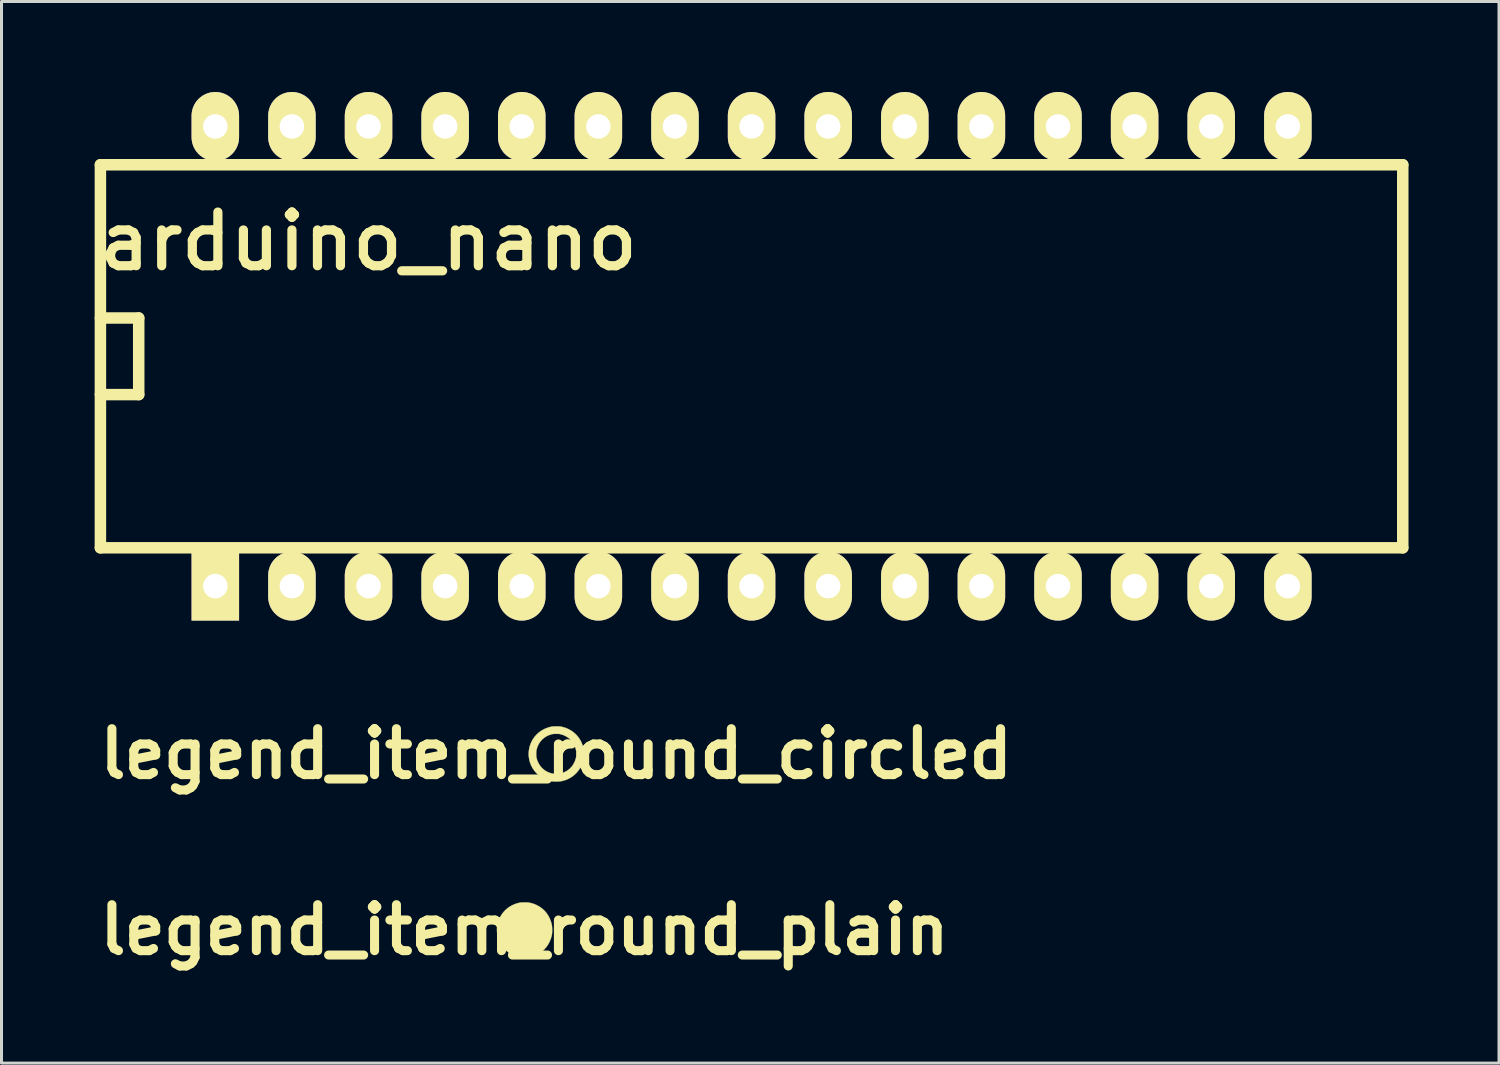
<source format=kicad_pcb>
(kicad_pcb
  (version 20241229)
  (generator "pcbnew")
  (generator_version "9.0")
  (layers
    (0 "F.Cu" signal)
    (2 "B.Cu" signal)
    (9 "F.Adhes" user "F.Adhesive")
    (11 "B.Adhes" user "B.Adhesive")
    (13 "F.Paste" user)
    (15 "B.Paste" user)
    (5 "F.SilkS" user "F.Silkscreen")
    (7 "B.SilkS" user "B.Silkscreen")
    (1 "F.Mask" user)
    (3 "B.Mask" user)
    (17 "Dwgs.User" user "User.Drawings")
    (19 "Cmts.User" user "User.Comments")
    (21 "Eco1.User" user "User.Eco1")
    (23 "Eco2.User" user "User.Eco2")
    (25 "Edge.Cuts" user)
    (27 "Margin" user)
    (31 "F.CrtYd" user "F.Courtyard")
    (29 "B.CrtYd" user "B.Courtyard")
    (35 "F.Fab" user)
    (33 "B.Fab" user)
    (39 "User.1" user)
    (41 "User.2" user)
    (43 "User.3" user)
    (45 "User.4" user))
  (footprint "legend_item_round_circled"
    (layer "F.Cu")
    (at 15.392 21.944)
    (property "Reference" "legend_item_round_circled" (at 0 0 0) (layer "F.SilkS") (effects (font (size 1.524 1.524) (thickness 0.3))))
    (attr through_hole)
    (fp_poly (pts (xy 0.037 -0.911) (xy 0.095 -0.909) (xy 0.148 -0.903) (xy 0.185 -0.897) (xy 0.293 -0.867) (xy 0.394 -0.826) (xy 0.488 -0.775) (xy 0.574 -0.715) (xy 0.652 -0.646) (xy 0.722 -0.568) (xy 0.782 -0.481) (xy 0.833 -0.387) (xy 0.873 -0.286) (xy 0.903 -0.179) (xy 0.911 -0.135) (xy 0.915 -0.081) (xy 0.918 -0.023) (xy 0.918 0.037) (xy 0.915 0.095) (xy 0.91 0.148) (xy 0.903 0.185) (xy 0.873 0.292) (xy 0.833 0.393) (xy 0.782 0.487) (xy 0.722 0.573) (xy 0.653 0.651) (xy 0.576 0.72) (xy 0.49 0.781) (xy 0.398 0.831) (xy 0.298 0.872) (xy 0.192 0.901) (xy 0.189 0.902) (xy 0.153 0.908) (xy 0.109 0.913) (xy 0.059 0.916) (xy 0.007 0.918) (xy -0.042 0.918) (xy -0.086 0.917) (xy -0.117 0.914) (xy -0.222 0.893) (xy -0.323 0.861) (xy -0.42 0.817) (xy -0.511 0.762) (xy -0.595 0.698) (xy -0.671 0.624) (xy -0.733 0.55) (xy -0.792 0.461) (xy -0.839 0.367) (xy -0.875 0.268) (xy -0.899 0.167) (xy -0.912 0.065) (xy -0.913 0.008) (xy -0.664 0.008) (xy -0.662 0.067) (xy -0.656 0.121) (xy -0.649 0.154) (xy -0.619 0.244) (xy -0.579 0.326) (xy -0.53 0.402) (xy -0.472 0.469) (xy -0.406 0.528) (xy -0.332 0.578) (xy -0.252 0.617) (xy -0.166 0.646) (xy -0.098 0.66) (xy -0.063 0.664) (xy -0.019 0.665) (xy 0.029 0.663) (xy 0.077 0.66) (xy 0.12 0.655) (xy 0.155 0.648) (xy 0.156 0.648) (xy 0.246 0.618) (xy 0.329 0.579) (xy 0.405 0.529) (xy 0.472 0.47) (xy 0.531 0.402) (xy 0.58 0.326) (xy 0.62 0.242) (xy 0.649 0.154) (xy 0.655 0.129) (xy 0.659 0.105) (xy 0.661 0.079) (xy 0.663 0.048) (xy 0.663 0.008) (xy 0.663 0) (xy 0.663 -0.042) (xy 0.662 -0.074) (xy 0.659 -0.101) (xy 0.655 -0.125) (xy 0.65 -0.15) (xy 0.649 -0.154) (xy 0.619 -0.245) (xy 0.579 -0.329) (xy 0.529 -0.405) (xy 0.47 -0.472) (xy 0.403 -0.531) (xy 0.327 -0.58) (xy 0.243 -0.62) (xy 0.156 -0.648) (xy 0.13 -0.654) (xy 0.106 -0.659) (xy 0.08 -0.661) (xy 0.05 -0.663) (xy 0.01 -0.663) (xy 0 -0.663) (xy -0.042 -0.663) (xy -0.074 -0.662) (xy -0.101 -0.659) (xy -0.125 -0.655) (xy -0.15 -0.65) (xy -0.156 -0.648) (xy -0.246 -0.619) (xy -0.329 -0.579) (xy -0.404 -0.529) (xy -0.472 -0.47) (xy -0.531 -0.402) (xy -0.58 -0.326) (xy -0.62 -0.242) (xy -0.648 -0.155) (xy -0.658 -0.107) (xy -0.663 -0.051) (xy -0.664 0.008) (xy -0.913 0.008) (xy -0.913 -0.039) (xy -0.902 -0.143) (xy -0.88 -0.245) (xy -0.845 -0.345) (xy -0.822 -0.397) (xy -0.77 -0.491) (xy -0.708 -0.577) (xy -0.637 -0.654) (xy -0.557 -0.723) (xy -0.47 -0.782) (xy -0.375 -0.832) (xy -0.274 -0.871) (xy -0.179 -0.897) (xy -0.135 -0.904) (xy -0.081 -0.909) (xy -0.023 -0.911) (xy 0.037 -0.911)) (stroke (width 0.01) (type solid)) (fill yes) (layer "F.SilkS")))
  (footprint "arduino_nano"
    (layer "F.Cu")
    (at 23.139 8.763)
    (property "Reference" "arduino_nano" (at -13.97 -3.81 0) (layer "F.SilkS") (effects (font (size 1.778 1.778) (thickness 0.305))))
    (attr through_hole)
    (fp_line (start -22.86 -6.35) (end 20.32 -6.35) (stroke (width 0.381) (type solid)) (layer "F.SilkS"))
    (fp_line (start -22.86 1.27) (end -21.59 1.27) (stroke (width 0.381) (type solid)) (layer "F.SilkS"))
    (fp_line (start -22.86 6.35) (end -22.86 -6.35) (stroke (width 0.381) (type solid)) (layer "F.SilkS"))
    (fp_line (start -21.59 -1.27) (end -22.86 -1.27) (stroke (width 0.381) (type solid)) (layer "F.SilkS"))
    (fp_line (start -21.59 1.27) (end -21.59 -1.27) (stroke (width 0.381) (type solid)) (layer "F.SilkS"))
    (fp_line (start 20.32 -6.35) (end 20.32 6.35) (stroke (width 0.381) (type solid)) (layer "F.SilkS"))
    (fp_line (start 20.32 6.35) (end -22.86 6.35) (stroke (width 0.381) (type solid)) (layer "F.SilkS"))
    (pad "1" thru_hole rect (at -19.05 7.62) (size 1.575 2.286) (drill 0.813) (layers "*.Cu" "*.Mask" "F.SilkS"))
    (pad "2" thru_hole oval (at -16.51 7.62) (size 1.575 2.286) (drill 0.813) (layers "*.Cu" "*.Mask" "F.SilkS"))
    (pad "3" thru_hole oval (at -13.97 7.62) (size 1.575 2.286) (drill 0.813) (layers "*.Cu" "*.Mask" "F.SilkS"))
    (pad "4" thru_hole oval (at -11.43 7.62) (size 1.575 2.286) (drill 0.813) (layers "*.Cu" "*.Mask" "F.SilkS"))
    (pad "5" thru_hole oval (at -8.89 7.62) (size 1.575 2.286) (drill 0.813) (layers "*.Cu" "*.Mask" "F.SilkS"))
    (pad "6" thru_hole oval (at -6.35 7.62) (size 1.575 2.286) (drill 0.813) (layers "*.Cu" "*.Mask" "F.SilkS"))
    (pad "7" thru_hole oval (at -3.81 7.62) (size 1.575 2.286) (drill 0.813) (layers "*.Cu" "*.Mask" "F.SilkS"))
    (pad "8" thru_hole oval (at -1.27 7.62) (size 1.575 2.286) (drill 0.813) (layers "*.Cu" "*.Mask" "F.SilkS"))
    (pad "9" thru_hole oval (at 1.27 7.62) (size 1.575 2.286) (drill 0.813) (layers "*.Cu" "*.Mask" "F.SilkS"))
    (pad "10" thru_hole oval (at 3.81 7.62) (size 1.575 2.286) (drill 0.813) (layers "*.Cu" "*.Mask" "F.SilkS"))
    (pad "11" thru_hole oval (at 6.35 7.62) (size 1.575 2.286) (drill 0.813) (layers "*.Cu" "*.Mask" "F.SilkS"))
    (pad "12" thru_hole oval (at 8.89 7.62) (size 1.575 2.286) (drill 0.813) (layers "*.Cu" "*.Mask" "F.SilkS"))
    (pad "13" thru_hole oval (at 11.43 7.62) (size 1.575 2.286) (drill 0.813) (layers "*.Cu" "*.Mask" "F.SilkS"))
    (pad "14" thru_hole oval (at 13.97 7.62) (size 1.575 2.286) (drill 0.813) (layers "*.Cu" "*.Mask" "F.SilkS"))
    (pad "15" thru_hole oval (at 16.51 7.62) (size 1.575 2.286) (drill 0.813) (layers "*.Cu" "*.Mask" "F.SilkS"))
    (pad "16" thru_hole oval (at 16.51 -7.62) (size 1.575 2.286) (drill 0.813) (layers "*.Cu" "*.Mask" "F.SilkS"))
    (pad "17" thru_hole oval (at 13.97 -7.62) (size 1.575 2.286) (drill 0.813) (layers "*.Cu" "*.Mask" "F.SilkS"))
    (pad "18" thru_hole oval (at 11.43 -7.62) (size 1.575 2.286) (drill 0.813) (layers "*.Cu" "*.Mask" "F.SilkS"))
    (pad "19" thru_hole oval (at 8.89 -7.62) (size 1.575 2.286) (drill 0.813) (layers "*.Cu" "*.Mask" "F.SilkS"))
    (pad "20" thru_hole oval (at 6.35 -7.62) (size 1.575 2.286) (drill 0.813) (layers "*.Cu" "*.Mask" "F.SilkS"))
    (pad "21" thru_hole oval (at 3.81 -7.62) (size 1.575 2.286) (drill 0.813) (layers "*.Cu" "*.Mask" "F.SilkS"))
    (pad "22" thru_hole oval (at 1.27 -7.62) (size 1.575 2.286) (drill 0.813) (layers "*.Cu" "*.Mask" "F.SilkS"))
    (pad "23" thru_hole oval (at -1.27 -7.62) (size 1.575 2.286) (drill 0.813) (layers "*.Cu" "*.Mask" "F.SilkS"))
    (pad "24" thru_hole oval (at -3.81 -7.62) (size 1.575 2.286) (drill 0.813) (layers "*.Cu" "*.Mask" "F.SilkS"))
    (pad "25" thru_hole oval (at -6.35 -7.62) (size 1.575 2.286) (drill 0.813) (layers "*.Cu" "*.Mask" "F.SilkS"))
    (pad "26" thru_hole oval (at -8.89 -7.62) (size 1.575 2.286) (drill 0.813) (layers "*.Cu" "*.Mask" "F.SilkS"))
    (pad "27" thru_hole oval (at -11.43 -7.62) (size 1.575 2.286) (drill 0.813) (layers "*.Cu" "*.Mask" "F.SilkS"))
    (pad "28" thru_hole oval (at -13.97 -7.62) (size 1.575 2.286) (drill 0.813) (layers "*.Cu" "*.Mask" "F.SilkS"))
    (pad "29" thru_hole oval (at -16.51 -7.62) (size 1.575 2.286) (drill 0.813) (layers "*.Cu" "*.Mask" "F.SilkS"))
    (pad "30" thru_hole oval (at -19.05 -7.62) (size 1.575 2.286) (drill 0.813) (layers "*.Cu" "*.Mask" "F.SilkS")))
  (footprint "legend_item_round_plain"
    (layer "F.Cu")
    (at 14.34 27.78)
    (property "Reference" "legend_item_round_plain" (at 0 0 0) (layer "F.SilkS") (effects (font (size 1.524 1.524) (thickness 0.3))))
    (attr through_hole)
    (fp_poly (pts (xy 0.037 -0.911) (xy 0.095 -0.909) (xy 0.148 -0.903) (xy 0.185 -0.897) (xy 0.293 -0.867) (xy 0.394 -0.826) (xy 0.488 -0.775) (xy 0.574 -0.715) (xy 0.652 -0.646) (xy 0.722 -0.568) (xy 0.782 -0.481) (xy 0.833 -0.387) (xy 0.873 -0.286) (xy 0.903 -0.179) (xy 0.911 -0.135) (xy 0.915 -0.081) (xy 0.918 -0.023) (xy 0.918 0.037) (xy 0.915 0.095) (xy 0.91 0.148) (xy 0.903 0.185) (xy 0.873 0.292) (xy 0.833 0.393) (xy 0.782 0.487) (xy 0.722 0.573) (xy 0.653 0.651) (xy 0.576 0.72) (xy 0.49 0.781) (xy 0.398 0.831) (xy 0.298 0.872) (xy 0.192 0.901) (xy 0.189 0.902) (xy 0.153 0.908) (xy 0.109 0.913) (xy 0.059 0.916) (xy 0.007 0.918) (xy -0.042 0.918) (xy -0.086 0.917) (xy -0.117 0.914) (xy -0.222 0.893) (xy -0.323 0.861) (xy -0.42 0.817) (xy -0.511 0.762) (xy -0.595 0.698) (xy -0.671 0.624) (xy -0.733 0.55) (xy -0.792 0.461) (xy -0.839 0.367) (xy -0.875 0.268) (xy -0.899 0.167) (xy -0.912 0.065) (xy -0.913 -0.039) (xy -0.902 -0.143) (xy -0.88 -0.245) (xy -0.845 -0.345) (xy -0.822 -0.397) (xy -0.77 -0.491) (xy -0.708 -0.577) (xy -0.637 -0.654) (xy -0.557 -0.723) (xy -0.47 -0.782) (xy -0.375 -0.832) (xy -0.274 -0.871) (xy -0.179 -0.897) (xy -0.135 -0.904) (xy -0.081 -0.909) (xy -0.023 -0.911) (xy 0.037 -0.911)) (stroke (width 0.01) (type solid)) (fill yes) (layer "F.SilkS")))
  (gr_rect
    (start -3 -3)
    (end 46.65 32.198)
    (stroke (width 0.1) (type default))
    (fill no)
    (layer "Edge.Cuts")))
</source>
